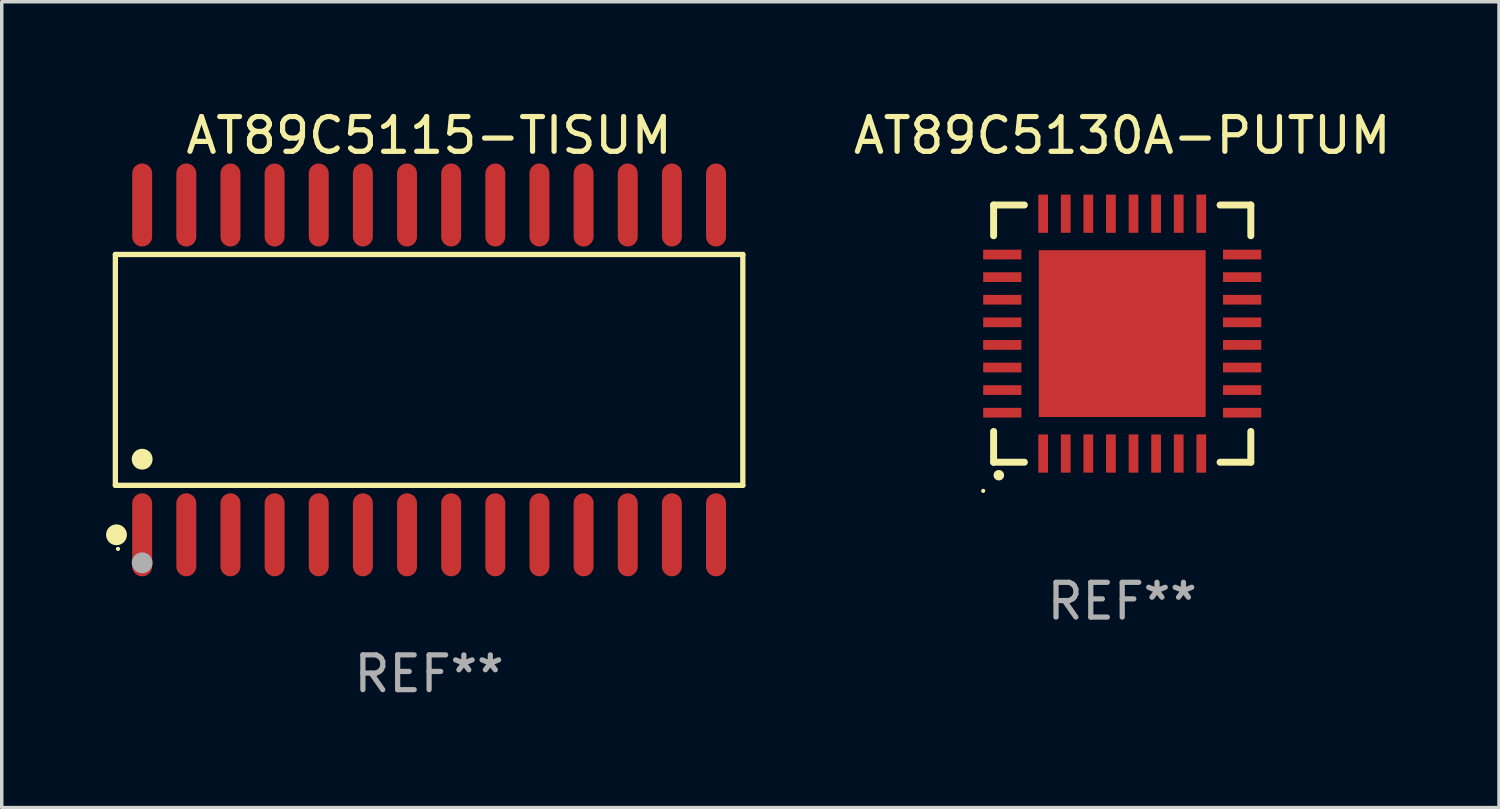
<source format=kicad_pcb>
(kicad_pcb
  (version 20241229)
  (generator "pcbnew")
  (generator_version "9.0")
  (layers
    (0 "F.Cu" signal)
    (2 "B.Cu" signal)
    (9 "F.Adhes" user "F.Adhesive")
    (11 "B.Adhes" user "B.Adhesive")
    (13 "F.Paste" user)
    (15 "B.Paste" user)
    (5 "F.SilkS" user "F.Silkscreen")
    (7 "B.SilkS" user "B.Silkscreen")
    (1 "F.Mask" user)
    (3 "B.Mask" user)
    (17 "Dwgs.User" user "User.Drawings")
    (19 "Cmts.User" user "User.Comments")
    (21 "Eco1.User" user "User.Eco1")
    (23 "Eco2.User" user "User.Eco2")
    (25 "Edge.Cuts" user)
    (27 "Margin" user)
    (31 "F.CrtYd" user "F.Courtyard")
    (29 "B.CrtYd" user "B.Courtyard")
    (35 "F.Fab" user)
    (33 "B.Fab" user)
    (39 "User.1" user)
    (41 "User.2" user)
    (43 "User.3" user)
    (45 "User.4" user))
  (footprint "AT89C5115-TISUM"
    (layer "F.Cu")
    (at 9.295 7.592)
    (property "Reference" "AT89C5115-TISUM" (at 0 -6.744 0) (layer "F.SilkS") (effects (font (size 1 1) (thickness 0.15))))
    (attr through_hole)
    (fp_line (start -9.026 -3.321) (end 9.026 -3.321) (stroke (width 0.152) (type solid)) (layer "F.SilkS"))
    (fp_line (start -9.026 3.321) (end -9.026 -3.321) (stroke (width 0.152) (type solid)) (layer "F.SilkS"))
    (fp_line (start 9.026 -3.321) (end 9.026 3.321) (stroke (width 0.152) (type solid)) (layer "F.SilkS"))
    (fp_line (start 9.026 3.321) (end -9.026 3.321) (stroke (width 0.152) (type solid)) (layer "F.SilkS"))
    (fp_circle (center -8.994 4.744) (end -8.844 4.744) (stroke (width 0.3) (type solid)) (fill no) (layer "F.SilkS"))
    (fp_circle (center -8.95 5.15) (end -8.92 5.15) (stroke (width 0.06) (type solid)) (fill no) (layer "F.SilkS"))
    (fp_circle (center -8.255 2.569) (end -8.105 2.569) (stroke (width 0.3) (type solid)) (fill no) (layer "F.SilkS"))
    (fp_circle (center -8.255 5.55) (end -8.105 5.55) (stroke (width 0.3) (type solid)) (fill no) (layer "F.Fab"))
    (fp_text user "REF**" (at 0 8.744 0) (layer "F.Fab") (effects (font (size 1 1) (thickness 0.15))))
    (pad "1" smd oval (at -8.255 4.744) (size 0.574 2.388) (layers "F.Cu" "F.Mask" "F.Paste"))
    (pad "2" smd oval (at -6.985 4.744) (size 0.574 2.388) (layers "F.Cu" "F.Mask" "F.Paste"))
    (pad "3" smd oval (at -5.715 4.744) (size 0.574 2.388) (layers "F.Cu" "F.Mask" "F.Paste"))
    (pad "4" smd oval (at -4.445 4.744) (size 0.574 2.388) (layers "F.Cu" "F.Mask" "F.Paste"))
    (pad "5" smd oval (at -3.175 4.744) (size 0.574 2.388) (layers "F.Cu" "F.Mask" "F.Paste"))
    (pad "6" smd oval (at -1.905 4.744) (size 0.574 2.388) (layers "F.Cu" "F.Mask" "F.Paste"))
    (pad "7" smd oval (at -0.635 4.744) (size 0.574 2.388) (layers "F.Cu" "F.Mask" "F.Paste"))
    (pad "8" smd oval (at 0.635 4.744) (size 0.574 2.388) (layers "F.Cu" "F.Mask" "F.Paste"))
    (pad "9" smd oval (at 1.905 4.744) (size 0.574 2.388) (layers "F.Cu" "F.Mask" "F.Paste"))
    (pad "10" smd oval (at 3.175 4.744) (size 0.574 2.388) (layers "F.Cu" "F.Mask" "F.Paste"))
    (pad "11" smd oval (at 4.445 4.744) (size 0.574 2.388) (layers "F.Cu" "F.Mask" "F.Paste"))
    (pad "12" smd oval (at 5.715 4.744) (size 0.574 2.388) (layers "F.Cu" "F.Mask" "F.Paste"))
    (pad "13" smd oval (at 6.985 4.744) (size 0.574 2.388) (layers "F.Cu" "F.Mask" "F.Paste"))
    (pad "14" smd oval (at 8.255 4.744) (size 0.574 2.388) (layers "F.Cu" "F.Mask" "F.Paste"))
    (pad "15" smd oval (at 8.255 -4.744) (size 0.574 2.388) (layers "F.Cu" "F.Mask" "F.Paste"))
    (pad "16" smd oval (at 6.985 -4.744) (size 0.574 2.388) (layers "F.Cu" "F.Mask" "F.Paste"))
    (pad "17" smd oval (at 5.715 -4.744) (size 0.574 2.388) (layers "F.Cu" "F.Mask" "F.Paste"))
    (pad "18" smd oval (at 4.445 -4.744) (size 0.574 2.388) (layers "F.Cu" "F.Mask" "F.Paste"))
    (pad "19" smd oval (at 3.175 -4.744) (size 0.574 2.388) (layers "F.Cu" "F.Mask" "F.Paste"))
    (pad "20" smd oval (at 1.905 -4.744) (size 0.574 2.388) (layers "F.Cu" "F.Mask" "F.Paste"))
    (pad "21" smd oval (at 0.635 -4.744) (size 0.574 2.388) (layers "F.Cu" "F.Mask" "F.Paste"))
    (pad "22" smd oval (at -0.635 -4.744) (size 0.574 2.388) (layers "F.Cu" "F.Mask" "F.Paste"))
    (pad "23" smd oval (at -1.905 -4.744) (size 0.574 2.388) (layers "F.Cu" "F.Mask" "F.Paste"))
    (pad "24" smd oval (at -3.175 -4.744) (size 0.574 2.388) (layers "F.Cu" "F.Mask" "F.Paste"))
    (pad "25" smd oval (at -4.445 -4.744) (size 0.574 2.388) (layers "F.Cu" "F.Mask" "F.Paste"))
    (pad "26" smd oval (at -5.715 -4.744) (size 0.574 2.388) (layers "F.Cu" "F.Mask" "F.Paste"))
    (pad "27" smd oval (at -6.985 -4.744) (size 0.574 2.388) (layers "F.Cu" "F.Mask" "F.Paste"))
    (pad "28" smd oval (at -8.255 -4.744) (size 0.574 2.388) (layers "F.Cu" "F.Mask" "F.Paste")))
  (footprint "AT89C5130A-PUTUM"
    (layer "F.Cu")
    (at 29.236 6.548)
    (property "Reference" "AT89C5130A-PUTUM" (at 0 -5.7 0) (layer "F.SilkS") (effects (font (size 1 1) (thickness 0.15))))
    (attr through_hole)
    (fp_line (start -3.7 -3.7) (end -2.815 -3.7) (stroke (width 0.2) (type solid)) (layer "F.SilkS"))
    (fp_line (start -3.7 -2.815) (end -3.7 -3.7) (stroke (width 0.2) (type solid)) (layer "F.SilkS"))
    (fp_line (start -3.7 3.7) (end -3.7 2.815) (stroke (width 0.2) (type solid)) (layer "F.SilkS"))
    (fp_line (start -2.815 3.7) (end -3.7 3.7) (stroke (width 0.2) (type solid)) (layer "F.SilkS"))
    (fp_line (start 2.815 3.7) (end 3.7 3.7) (stroke (width 0.2) (type solid)) (layer "F.SilkS"))
    (fp_line (start 3.7 -3.7) (end 2.815 -3.7) (stroke (width 0.2) (type solid)) (layer "F.SilkS"))
    (fp_line (start 3.7 -2.815) (end 3.7 -3.7) (stroke (width 0.2) (type solid)) (layer "F.SilkS"))
    (fp_line (start 3.7 3.7) (end 3.7 2.815) (stroke (width 0.2) (type solid)) (layer "F.SilkS"))
    (fp_arc (start -3.551308 4.074168) (mid -3.550038 4.074163) (end -3.548768 4.074168) (stroke (width 0.3) (type solid)) (layer "F.SilkS"))
    (fp_circle (center -4 4.524) (end -3.97 4.524) (stroke (width 0.06) (type solid)) (fill no) (layer "F.SilkS"))
    (fp_text user "REF**" (at 0 7.7 0) (layer "F.Fab") (effects (font (size 1 1) (thickness 0.15))))
    (pad "1" smd rect (at -2.275 3.45 180) (size 0.28 1.1) (layers "F.Cu" "F.Mask" "F.Paste"))
    (pad "2" smd rect (at -1.625 3.45 180) (size 0.28 1.1) (layers "F.Cu" "F.Mask" "F.Paste"))
    (pad "3" smd rect (at -0.975 3.45 180) (size 0.28 1.1) (layers "F.Cu" "F.Mask" "F.Paste"))
    (pad "4" smd rect (at -0.325 3.45 180) (size 0.28 1.1) (layers "F.Cu" "F.Mask" "F.Paste"))
    (pad "5" smd rect (at 0.325 3.45 180) (size 0.28 1.1) (layers "F.Cu" "F.Mask" "F.Paste"))
    (pad "6" smd rect (at 0.975 3.45 180) (size 0.28 1.1) (layers "F.Cu" "F.Mask" "F.Paste"))
    (pad "7" smd rect (at 1.625 3.45 180) (size 0.28 1.1) (layers "F.Cu" "F.Mask" "F.Paste"))
    (pad "8" smd rect (at 2.275 3.45 180) (size 0.28 1.1) (layers "F.Cu" "F.Mask" "F.Paste"))
    (pad "9" smd rect (at 3.45 2.275 90) (size 0.28 1.1) (layers "F.Cu" "F.Mask" "F.Paste"))
    (pad "10" smd rect (at 3.45 1.625 90) (size 0.28 1.1) (layers "F.Cu" "F.Mask" "F.Paste"))
    (pad "11" smd rect (at 3.45 0.975 90) (size 0.28 1.1) (layers "F.Cu" "F.Mask" "F.Paste"))
    (pad "12" smd rect (at 3.45 0.325 90) (size 0.28 1.1) (layers "F.Cu" "F.Mask" "F.Paste"))
    (pad "13" smd rect (at 3.45 -0.325 90) (size 0.28 1.1) (layers "F.Cu" "F.Mask" "F.Paste"))
    (pad "14" smd rect (at 3.45 -0.975 90) (size 0.28 1.1) (layers "F.Cu" "F.Mask" "F.Paste"))
    (pad "15" smd rect (at 3.45 -1.625 90) (size 0.28 1.1) (layers "F.Cu" "F.Mask" "F.Paste"))
    (pad "16" smd rect (at 3.45 -2.275 90) (size 0.28 1.1) (layers "F.Cu" "F.Mask" "F.Paste"))
    (pad "17" smd rect (at 2.275 -3.45 180) (size 0.28 1.1) (layers "F.Cu" "F.Mask" "F.Paste"))
    (pad "18" smd rect (at 1.625 -3.45 180) (size 0.28 1.1) (layers "F.Cu" "F.Mask" "F.Paste"))
    (pad "19" smd rect (at 0.975 -3.45 180) (size 0.28 1.1) (layers "F.Cu" "F.Mask" "F.Paste"))
    (pad "20" smd rect (at 0.325 -3.45 180) (size 0.28 1.1) (layers "F.Cu" "F.Mask" "F.Paste"))
    (pad "21" smd rect (at -0.325 -3.45 180) (size 0.28 1.1) (layers "F.Cu" "F.Mask" "F.Paste"))
    (pad "22" smd rect (at -0.975 -3.45 180) (size 0.28 1.1) (layers "F.Cu" "F.Mask" "F.Paste"))
    (pad "23" smd rect (at -1.625 -3.45 180) (size 0.28 1.1) (layers "F.Cu" "F.Mask" "F.Paste"))
    (pad "24" smd rect (at -2.275 -3.45 180) (size 0.28 1.1) (layers "F.Cu" "F.Mask" "F.Paste"))
    (pad "25" smd rect (at -3.45 -2.275 90) (size 0.28 1.1) (layers "F.Cu" "F.Mask" "F.Paste"))
    (pad "26" smd rect (at -3.45 -1.625 90) (size 0.28 1.1) (layers "F.Cu" "F.Mask" "F.Paste"))
    (pad "27" smd rect (at -3.45 -0.975 90) (size 0.28 1.1) (layers "F.Cu" "F.Mask" "F.Paste"))
    (pad "28" smd rect (at -3.45 -0.325 90) (size 0.28 1.1) (layers "F.Cu" "F.Mask" "F.Paste"))
    (pad "29" smd rect (at -3.45 0.325 90) (size 0.28 1.1) (layers "F.Cu" "F.Mask" "F.Paste"))
    (pad "30" smd rect (at -3.45 0.975 90) (size 0.28 1.1) (layers "F.Cu" "F.Mask" "F.Paste"))
    (pad "31" smd rect (at -3.45 1.625 90) (size 0.28 1.1) (layers "F.Cu" "F.Mask" "F.Paste"))
    (pad "32" smd rect (at -3.45 2.275 90) (size 0.28 1.1) (layers "F.Cu" "F.Mask" "F.Paste"))
    (pad "33" smd rect (at 0 0 90) (size 4.8 4.8) (layers "F.Cu" "F.Mask" "F.Paste")))
  (gr_rect
    (start -3 -3)
    (end 40.076 20.184)
    (stroke (width 0.1) (type default))
    (fill no)
    (layer "Edge.Cuts")))
</source>
